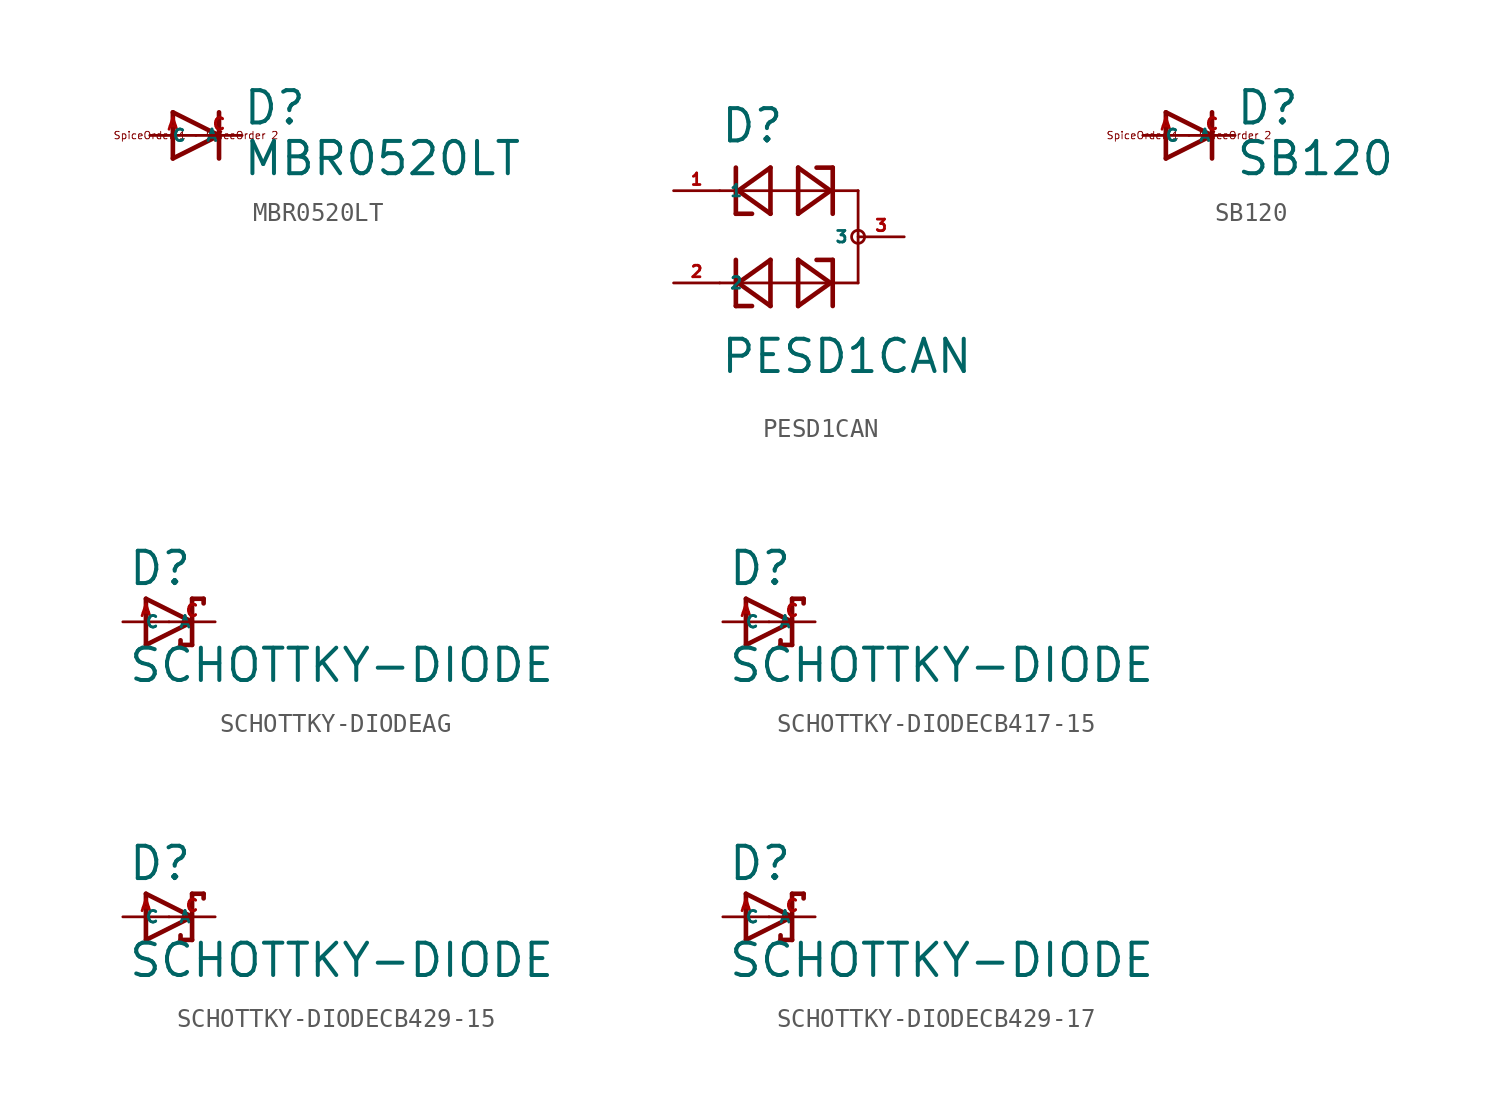
<source format=kicad_sym>
(kicad_symbol_lib
  (version 20220914)
  (generator Eagle2Kicad)
  (symbol "MBR0520LT"
    (property "Reference" "D"
      (at 2.54 0.483 0)
      (effects (font (size 1.778 1.778) (thickness 0.22)) (justify left bottom)))
    (property "Value" "MBR0520LT"
      (at 2.54 -2.311 0)
      (effects (font (size 1.778 1.778) (thickness 0.22)) (justify left bottom)))
    (polyline
      (pts (xy -1.27 -1.27) (xy 1.27 0))
      (stroke (width 0.254) (type default))
      (fill (type none)))
    (polyline
      (pts (xy 1.27 0) (xy -1.27 1.27))
      (stroke (width 0.254) (type default))
      (fill (type none)))
    (polyline
      (pts (xy 1.27 1.27) (xy 1.27 0))
      (stroke (width 0.254) (type default))
      (fill (type none)))
    (polyline
      (pts (xy -1.27 1.27) (xy -1.27 -1.27))
      (stroke (width 0.254) (type default))
      (fill (type none)))
    (polyline
      (pts (xy 1.27 0) (xy 1.27 -1.27))
      (stroke (width 0.254) (type default))
      (fill (type none)))
    (text "SpiceOrder 1"
      (at -2.54 0 0)
      (effects (font (size 0.406 0.406) (thickness 0.05))))
    (text "SpiceOrder 2"
      (at 2.54 0 0)
      (effects (font (size 0.406 0.406) (thickness 0.05))))
    (pin passive line
      (at -2.54 0 0)
      (length 2.54)
      (name "A" (effects (font (size 0.635 0.635) (thickness 0.08)) (justify left bottom)))
      (number "A" (effects (font (size 0.635 0.635) (thickness 0.08)) (justify left bottom))))
    (pin passive line
      (at 2.54 0 180)
      (length 2.54)
      (name "C" (effects (font (size 0.635 0.635) (thickness 0.08)) (justify left bottom)))
      (number "C" (effects (font (size 0.635 0.635) (thickness 0.08)) (justify left bottom)))))
  (symbol "PESD1CAN"
    (property "Reference" "D"
      (at -5.08 5.08 0)
      (effects (font (size 1.778 1.778) (thickness 0.22)) (justify left bottom)))
    (property "Value" "PESD1CAN"
      (at -5.08 -7.62 0)
      (effects (font (size 1.778 1.778) (thickness 0.22)) (justify left bottom)))
    (polyline
      (pts (xy -0.762 1.27) (xy 1.016 2.54))
      (stroke (width 0.254) (type default))
      (fill (type none)))
    (polyline
      (pts (xy 1.016 2.54) (xy -0.762 3.81))
      (stroke (width 0.254) (type default))
      (fill (type none)))
    (polyline
      (pts (xy -0.762 3.81) (xy -0.762 1.27))
      (stroke (width 0.254) (type default))
      (fill (type none)))
    (polyline
      (pts (xy 1.143 3.81) (xy 1.143 1.27))
      (stroke (width 0.254) (type default))
      (fill (type none)))
    (polyline
      (pts (xy 1.143 3.81) (xy 0.254 3.81))
      (stroke (width 0.254) (type default))
      (fill (type none)))
    (polyline
      (pts (xy -0.762 -3.81) (xy 1.016 -2.54))
      (stroke (width 0.254) (type default))
      (fill (type none)))
    (polyline
      (pts (xy 1.016 -2.54) (xy -0.762 -1.27))
      (stroke (width 0.254) (type default))
      (fill (type none)))
    (polyline
      (pts (xy -0.762 -1.27) (xy -0.762 -3.81))
      (stroke (width 0.254) (type default))
      (fill (type none)))
    (polyline
      (pts (xy 1.143 -1.27) (xy 1.143 -3.81))
      (stroke (width 0.254) (type default))
      (fill (type none)))
    (polyline
      (pts (xy 1.143 -1.27) (xy 0.254 -1.27))
      (stroke (width 0.254) (type default))
      (fill (type none)))
    (polyline
      (pts (xy -2.286 -1.27) (xy -4.064 -2.54))
      (stroke (width 0.254) (type default))
      (fill (type none)))
    (polyline
      (pts (xy -4.064 -2.54) (xy -2.286 -3.81))
      (stroke (width 0.254) (type default))
      (fill (type none)))
    (polyline
      (pts (xy -2.286 -3.81) (xy -2.286 -1.27))
      (stroke (width 0.254) (type default))
      (fill (type none)))
    (polyline
      (pts (xy -4.191 -3.81) (xy -4.191 -1.27))
      (stroke (width 0.254) (type default))
      (fill (type none)))
    (polyline
      (pts (xy -4.191 -3.81) (xy -3.302 -3.81))
      (stroke (width 0.254) (type default))
      (fill (type none)))
    (polyline
      (pts (xy -2.286 3.81) (xy -4.064 2.54))
      (stroke (width 0.254) (type default))
      (fill (type none)))
    (polyline
      (pts (xy -4.064 2.54) (xy -2.286 1.27))
      (stroke (width 0.254) (type default))
      (fill (type none)))
    (polyline
      (pts (xy -2.286 1.27) (xy -2.286 3.81))
      (stroke (width 0.254) (type default))
      (fill (type none)))
    (polyline
      (pts (xy -4.191 1.27) (xy -4.191 3.81))
      (stroke (width 0.254) (type default))
      (fill (type none)))
    (polyline
      (pts (xy -4.191 1.27) (xy -3.302 1.27))
      (stroke (width 0.254) (type default))
      (fill (type none)))
    (polyline
      (pts (xy -5.08 2.54) (xy 2.54 2.54))
      (stroke (width 0.152) (type default))
      (fill (type none)))
    (polyline
      (pts (xy 2.54 2.54) (xy 2.54 -2.54))
      (stroke (width 0.152) (type default))
      (fill (type none)))
    (polyline
      (pts (xy 2.54 -2.54) (xy -5.08 -2.54))
      (stroke (width 0.152) (type default))
      (fill (type none)))
    (circle
      (center 2.54 0)
      (radius 0.359)
      (stroke (width 0) (type default))
      (fill (type none)))
    (pin passive line
      (at -7.62 2.54 0)
      (length 2.54)
      (name "1" (effects (font (size 0.635 0.635) (thickness 0.08)) (justify left bottom)))
      (number "1" (effects (font (size 0.635 0.635) (thickness 0.08)) (justify left bottom))))
    (pin passive line
      (at 5.08 0 180)
      (length 2.54)
      (name "3" (effects (font (size 0.635 0.635) (thickness 0.08)) (justify left bottom)))
      (number "3" (effects (font (size 0.635 0.635) (thickness 0.08)) (justify left bottom))))
    (pin passive line
      (at -7.62 -2.54 0)
      (length 2.54)
      (name "2" (effects (font (size 0.635 0.635) (thickness 0.08)) (justify left bottom)))
      (number "2" (effects (font (size 0.635 0.635) (thickness 0.08)) (justify left bottom)))))
  (symbol "SB120"
    (property "Reference" "D"
      (at 2.54 0.483 0)
      (effects (font (size 1.778 1.778) (thickness 0.22)) (justify left bottom)))
    (property "Value" "SB120"
      (at 2.54 -2.311 0)
      (effects (font (size 1.778 1.778) (thickness 0.22)) (justify left bottom)))
    (polyline
      (pts (xy -1.27 -1.27) (xy 1.27 0))
      (stroke (width 0.254) (type default))
      (fill (type none)))
    (polyline
      (pts (xy 1.27 0) (xy -1.27 1.27))
      (stroke (width 0.254) (type default))
      (fill (type none)))
    (polyline
      (pts (xy 1.27 1.27) (xy 1.27 0))
      (stroke (width 0.254) (type default))
      (fill (type none)))
    (polyline
      (pts (xy -1.27 1.27) (xy -1.27 -1.27))
      (stroke (width 0.254) (type default))
      (fill (type none)))
    (polyline
      (pts (xy 1.27 0) (xy 1.27 -1.27))
      (stroke (width 0.254) (type default))
      (fill (type none)))
    (text "SpiceOrder 1"
      (at -2.54 0 0)
      (effects (font (size 0.406 0.406) (thickness 0.05))))
    (text "SpiceOrder 2"
      (at 2.54 0 0)
      (effects (font (size 0.406 0.406) (thickness 0.05))))
    (pin passive line
      (at -2.54 0 0)
      (length 2.54)
      (name "A" (effects (font (size 0.635 0.635) (thickness 0.08)) (justify left bottom)))
      (number "A" (effects (font (size 0.635 0.635) (thickness 0.08)) (justify left bottom))))
    (pin passive line
      (at 2.54 0 180)
      (length 2.54)
      (name "C" (effects (font (size 0.635 0.635) (thickness 0.08)) (justify left bottom)))
      (number "C" (effects (font (size 0.635 0.635) (thickness 0.08)) (justify left bottom)))))
  (symbol "SCHOTTKY-DIODEAG"
    (property "Reference" "D"
      (at -2.286 1.905 0)
      (effects (font (size 1.778 1.778) (thickness 0.22)) (justify left bottom)))
    (property "Value" "SCHOTTKY-DIODE"
      (at -2.286 -3.429 0)
      (effects (font (size 1.778 1.778) (thickness 0.22)) (justify left bottom)))
    (polyline
      (pts (xy -1.27 -1.27) (xy 1.27 0))
      (stroke (width 0.254) (type default))
      (fill (type none)))
    (polyline
      (pts (xy 1.27 0) (xy -1.27 1.27))
      (stroke (width 0.254) (type default))
      (fill (type none)))
    (polyline
      (pts (xy 1.905 1.27) (xy 1.27 1.27))
      (stroke (width 0.254) (type default))
      (fill (type none)))
    (polyline
      (pts (xy 1.27 1.27) (xy 1.27 0))
      (stroke (width 0.254) (type default))
      (fill (type none)))
    (polyline
      (pts (xy -1.27 1.27) (xy -1.27 -1.27))
      (stroke (width 0.254) (type default))
      (fill (type none)))
    (polyline
      (pts (xy 1.27 0) (xy 1.27 -1.27))
      (stroke (width 0.254) (type default))
      (fill (type none)))
    (polyline
      (pts (xy 1.905 1.27) (xy 1.905 1.016))
      (stroke (width 0.254) (type default))
      (fill (type none)))
    (polyline
      (pts (xy 1.27 -1.27) (xy 0.635 -1.27))
      (stroke (width 0.254) (type default))
      (fill (type none)))
    (polyline
      (pts (xy 0.635 -1.016) (xy 0.635 -1.27))
      (stroke (width 0.254) (type default))
      (fill (type none)))
    (pin passive line
      (at -2.54 0 0)
      (length 2.54)
      (name "A" (effects (font (size 0.635 0.635) (thickness 0.08)) (justify left bottom)))
      (number "A" (effects (font (size 0.635 0.635) (thickness 0.08)) (justify left bottom))))
    (pin passive line
      (at 2.54 0 180)
      (length 2.54)
      (name "C" (effects (font (size 0.635 0.635) (thickness 0.08)) (justify left bottom)))
      (number "C" (effects (font (size 0.635 0.635) (thickness 0.08)) (justify left bottom)))))
  (symbol "SCHOTTKY-DIODECB417-15"
    (property "Reference" "D"
      (at -2.286 1.905 0)
      (effects (font (size 1.778 1.778) (thickness 0.22)) (justify left bottom)))
    (property "Value" "SCHOTTKY-DIODE"
      (at -2.286 -3.429 0)
      (effects (font (size 1.778 1.778) (thickness 0.22)) (justify left bottom)))
    (polyline
      (pts (xy -1.27 -1.27) (xy 1.27 0))
      (stroke (width 0.254) (type default))
      (fill (type none)))
    (polyline
      (pts (xy 1.27 0) (xy -1.27 1.27))
      (stroke (width 0.254) (type default))
      (fill (type none)))
    (polyline
      (pts (xy 1.905 1.27) (xy 1.27 1.27))
      (stroke (width 0.254) (type default))
      (fill (type none)))
    (polyline
      (pts (xy 1.27 1.27) (xy 1.27 0))
      (stroke (width 0.254) (type default))
      (fill (type none)))
    (polyline
      (pts (xy -1.27 1.27) (xy -1.27 -1.27))
      (stroke (width 0.254) (type default))
      (fill (type none)))
    (polyline
      (pts (xy 1.27 0) (xy 1.27 -1.27))
      (stroke (width 0.254) (type default))
      (fill (type none)))
    (polyline
      (pts (xy 1.905 1.27) (xy 1.905 1.016))
      (stroke (width 0.254) (type default))
      (fill (type none)))
    (polyline
      (pts (xy 1.27 -1.27) (xy 0.635 -1.27))
      (stroke (width 0.254) (type default))
      (fill (type none)))
    (polyline
      (pts (xy 0.635 -1.016) (xy 0.635 -1.27))
      (stroke (width 0.254) (type default))
      (fill (type none)))
    (pin passive line
      (at -2.54 0 0)
      (length 2.54)
      (name "A" (effects (font (size 0.635 0.635) (thickness 0.08)) (justify left bottom)))
      (number "A" (effects (font (size 0.635 0.635) (thickness 0.08)) (justify left bottom))))
    (pin passive line
      (at 2.54 0 180)
      (length 2.54)
      (name "C" (effects (font (size 0.635 0.635) (thickness 0.08)) (justify left bottom)))
      (number "C" (effects (font (size 0.635 0.635) (thickness 0.08)) (justify left bottom)))))
  (symbol "SCHOTTKY-DIODECB429-15"
    (property "Reference" "D"
      (at -2.286 1.905 0)
      (effects (font (size 1.778 1.778) (thickness 0.22)) (justify left bottom)))
    (property "Value" "SCHOTTKY-DIODE"
      (at -2.286 -3.429 0)
      (effects (font (size 1.778 1.778) (thickness 0.22)) (justify left bottom)))
    (polyline
      (pts (xy -1.27 -1.27) (xy 1.27 0))
      (stroke (width 0.254) (type default))
      (fill (type none)))
    (polyline
      (pts (xy 1.27 0) (xy -1.27 1.27))
      (stroke (width 0.254) (type default))
      (fill (type none)))
    (polyline
      (pts (xy 1.905 1.27) (xy 1.27 1.27))
      (stroke (width 0.254) (type default))
      (fill (type none)))
    (polyline
      (pts (xy 1.27 1.27) (xy 1.27 0))
      (stroke (width 0.254) (type default))
      (fill (type none)))
    (polyline
      (pts (xy -1.27 1.27) (xy -1.27 -1.27))
      (stroke (width 0.254) (type default))
      (fill (type none)))
    (polyline
      (pts (xy 1.27 0) (xy 1.27 -1.27))
      (stroke (width 0.254) (type default))
      (fill (type none)))
    (polyline
      (pts (xy 1.905 1.27) (xy 1.905 1.016))
      (stroke (width 0.254) (type default))
      (fill (type none)))
    (polyline
      (pts (xy 1.27 -1.27) (xy 0.635 -1.27))
      (stroke (width 0.254) (type default))
      (fill (type none)))
    (polyline
      (pts (xy 0.635 -1.016) (xy 0.635 -1.27))
      (stroke (width 0.254) (type default))
      (fill (type none)))
    (pin passive line
      (at -2.54 0 0)
      (length 2.54)
      (name "A" (effects (font (size 0.635 0.635) (thickness 0.08)) (justify left bottom)))
      (number "A" (effects (font (size 0.635 0.635) (thickness 0.08)) (justify left bottom))))
    (pin passive line
      (at 2.54 0 180)
      (length 2.54)
      (name "C" (effects (font (size 0.635 0.635) (thickness 0.08)) (justify left bottom)))
      (number "C" (effects (font (size 0.635 0.635) (thickness 0.08)) (justify left bottom)))))
  (symbol "SCHOTTKY-DIODECB429-17"
    (property "Reference" "D"
      (at -2.286 1.905 0)
      (effects (font (size 1.778 1.778) (thickness 0.22)) (justify left bottom)))
    (property "Value" "SCHOTTKY-DIODE"
      (at -2.286 -3.429 0)
      (effects (font (size 1.778 1.778) (thickness 0.22)) (justify left bottom)))
    (polyline
      (pts (xy -1.27 -1.27) (xy 1.27 0))
      (stroke (width 0.254) (type default))
      (fill (type none)))
    (polyline
      (pts (xy 1.27 0) (xy -1.27 1.27))
      (stroke (width 0.254) (type default))
      (fill (type none)))
    (polyline
      (pts (xy 1.905 1.27) (xy 1.27 1.27))
      (stroke (width 0.254) (type default))
      (fill (type none)))
    (polyline
      (pts (xy 1.27 1.27) (xy 1.27 0))
      (stroke (width 0.254) (type default))
      (fill (type none)))
    (polyline
      (pts (xy -1.27 1.27) (xy -1.27 -1.27))
      (stroke (width 0.254) (type default))
      (fill (type none)))
    (polyline
      (pts (xy 1.27 0) (xy 1.27 -1.27))
      (stroke (width 0.254) (type default))
      (fill (type none)))
    (polyline
      (pts (xy 1.905 1.27) (xy 1.905 1.016))
      (stroke (width 0.254) (type default))
      (fill (type none)))
    (polyline
      (pts (xy 1.27 -1.27) (xy 0.635 -1.27))
      (stroke (width 0.254) (type default))
      (fill (type none)))
    (polyline
      (pts (xy 0.635 -1.016) (xy 0.635 -1.27))
      (stroke (width 0.254) (type default))
      (fill (type none)))
    (pin passive line
      (at -2.54 0 0)
      (length 2.54)
      (name "A" (effects (font (size 0.635 0.635) (thickness 0.08)) (justify left bottom)))
      (number "A" (effects (font (size 0.635 0.635) (thickness 0.08)) (justify left bottom))))
    (pin passive line
      (at 2.54 0 180)
      (length 2.54)
      (name "C" (effects (font (size 0.635 0.635) (thickness 0.08)) (justify left bottom)))
      (number "C" (effects (font (size 0.635 0.635) (thickness 0.08)) (justify left bottom))))))
</source>
